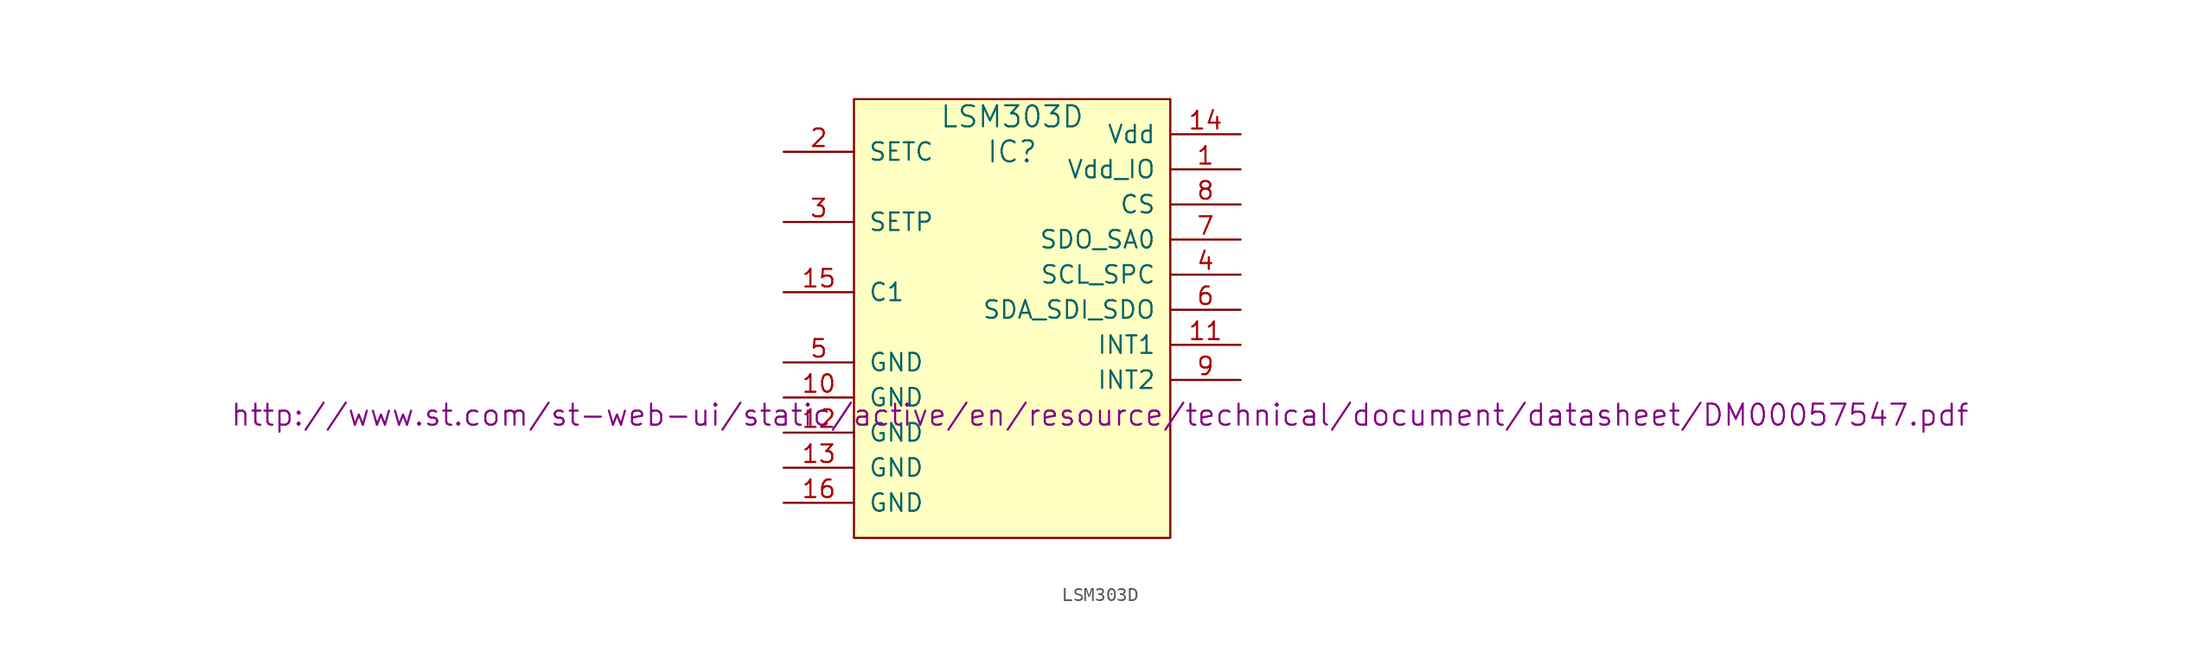
<source format=kicad_sym>
(kicad_symbol_lib
  (version 20241209)
  (generator "kicad_symbol_editor")
  (generator_version "9.0")
  (symbol "LSM303D"
    (pin_names
      (offset 1.016))
    (property "Reference" "IC"
      (at 0 6.35 0)
      (effects (font (size 1.524 1.524))))
    (property "Value" "LSM303D"
      (at 0 8.89 0)
      (effects (font (size 1.524 1.524))))
    (property "Footprint" ""
      (at 6.35 -12.7 0)
      (effects (font (size 1.524 1.524))))
    (property "Datasheet" "http://www.st.com/st-web-ui/static/active/en/resource/technical/document/datasheet/DM00057547.pdf"
      (at 6.35 -12.7 0)
      (effects (font (size 1.524 1.524))))
    (symbol "LSM303D_0_1"
      (rectangle (start -11.43 10.16) (end 11.43 -21.59) (stroke (width 0) (type solid)) (fill (type background))))
    (symbol "LSM303D_1_1"
      (pin bidirectional line (at -16.51 6.35 0) (length 5.08) (name "SETC" (effects (font (size 1.27 1.27)))) (number "2" (effects (font (size 1.27 1.27)))))
      (pin bidirectional line (at -16.51 1.27 0) (length 5.08) (name "SETP" (effects (font (size 1.27 1.27)))) (number "3" (effects (font (size 1.27 1.27)))))
      (pin bidirectional line (at -16.51 -3.81 0) (length 5.08) (name "C1" (effects (font (size 1.27 1.27)))) (number "15" (effects (font (size 1.27 1.27)))))
      (pin power_in line (at -16.51 -8.89 0) (length 5.08) (name "GND" (effects (font (size 1.27 1.27)))) (number "5" (effects (font (size 1.27 1.27)))))
      (pin power_in line (at -16.51 -11.43 0) (length 5.08) (name "GND" (effects (font (size 1.27 1.27)))) (number "10" (effects (font (size 1.27 1.27)))))
      (pin power_in line (at -16.51 -13.97 0) (length 5.08) (name "GND" (effects (font (size 1.27 1.27)))) (number "12" (effects (font (size 1.27 1.27)))))
      (pin power_in line (at -16.51 -16.51 0) (length 5.08) (name "GND" (effects (font (size 1.27 1.27)))) (number "13" (effects (font (size 1.27 1.27)))))
      (pin power_in line (at -16.51 -19.05 0) (length 5.08) (name "GND" (effects (font (size 1.27 1.27)))) (number "16" (effects (font (size 1.27 1.27)))))
      (pin power_in line (at 16.51 7.62 180) (length 5.08) (name "Vdd" (effects (font (size 1.27 1.27)))) (number "14" (effects (font (size 1.27 1.27)))))
      (pin power_in line (at 16.51 5.08 180) (length 5.08) (name "Vdd_IO" (effects (font (size 1.27 1.27)))) (number "1" (effects (font (size 1.27 1.27)))))
      (pin input line (at 16.51 2.54 180) (length 5.08) (name "CS" (effects (font (size 1.27 1.27)))) (number "8" (effects (font (size 1.27 1.27)))))
      (pin bidirectional line (at 16.51 0 180) (length 5.08) (name "SDO_SA0" (effects (font (size 1.27 1.27)))) (number "7" (effects (font (size 1.27 1.27)))))
      (pin input line (at 16.51 -2.54 180) (length 5.08) (name "SCL_SPC" (effects (font (size 1.27 1.27)))) (number "4" (effects (font (size 1.27 1.27)))))
      (pin bidirectional line (at 16.51 -5.08 180) (length 5.08) (name "SDA_SDI_SDO" (effects (font (size 1.27 1.27)))) (number "6" (effects (font (size 1.27 1.27)))))
      (pin output line (at 16.51 -7.62 180) (length 5.08) (name "INT1" (effects (font (size 1.27 1.27)))) (number "11" (effects (font (size 1.27 1.27)))))
      (pin output line (at 16.51 -10.16 180) (length 5.08) (name "INT2" (effects (font (size 1.27 1.27)))) (number "9" (effects (font (size 1.27 1.27))))))))
</source>
